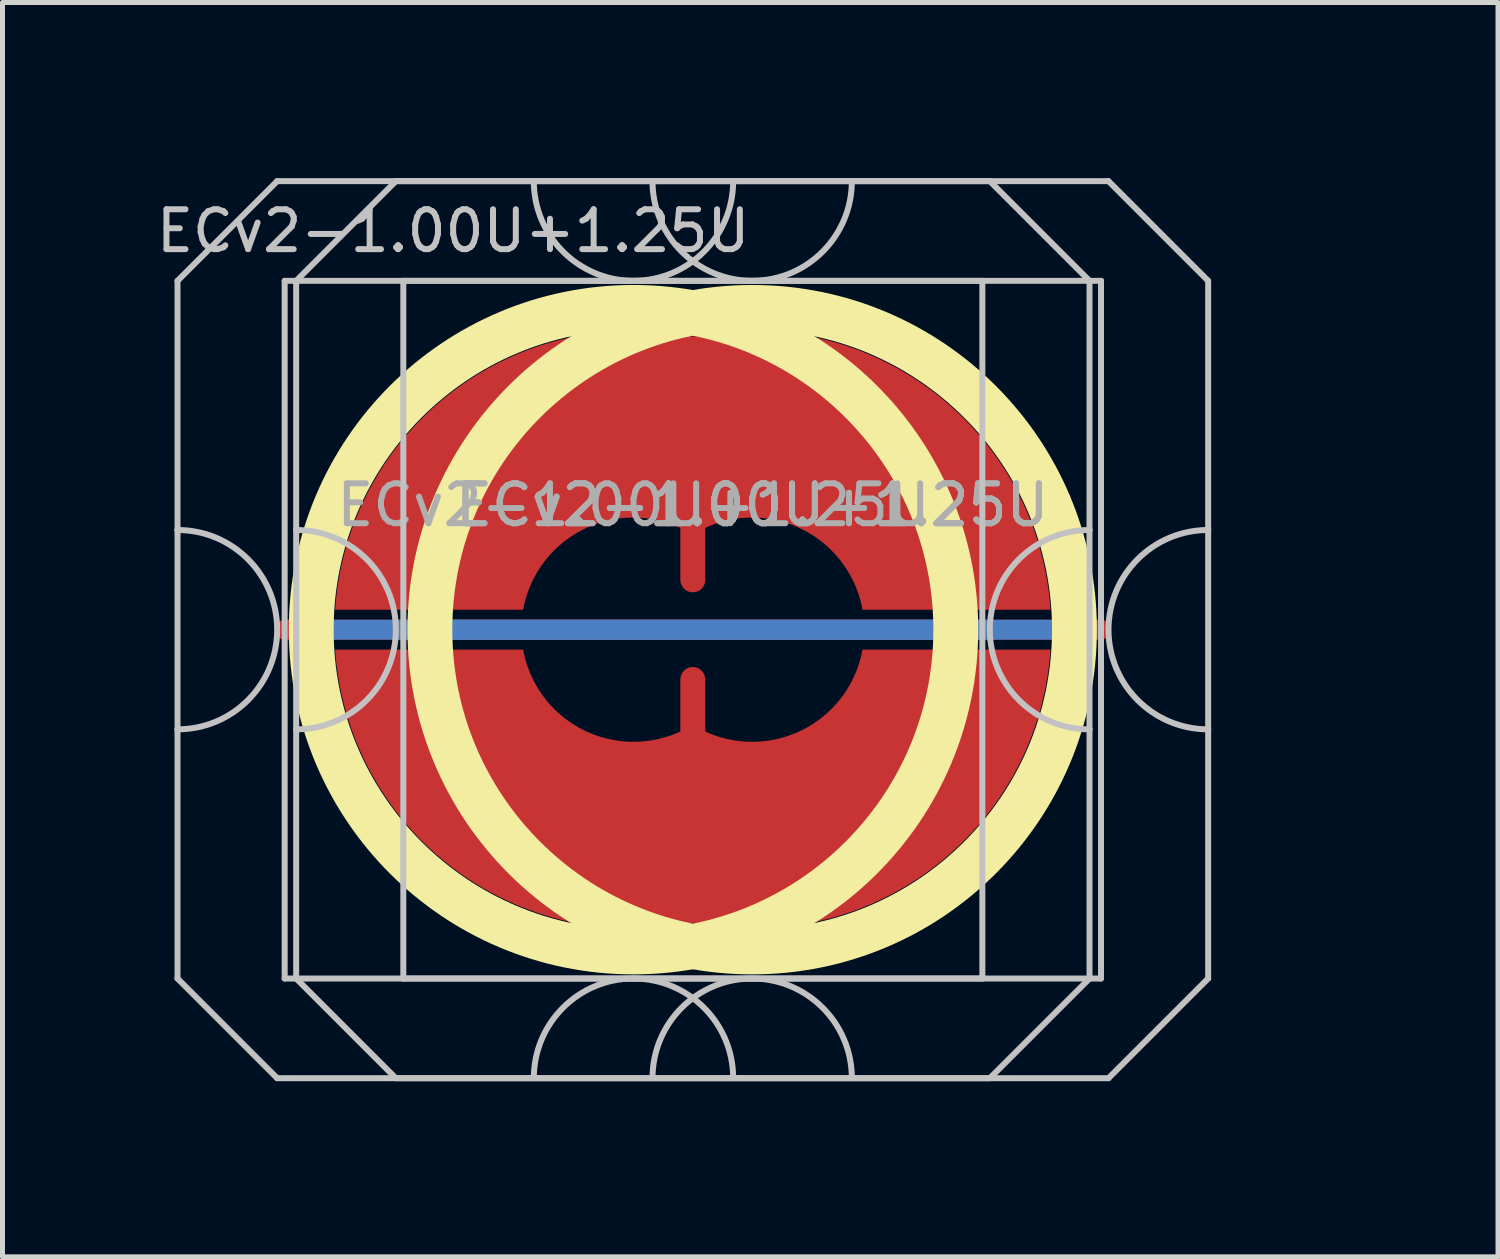
<source format=kicad_pcb>
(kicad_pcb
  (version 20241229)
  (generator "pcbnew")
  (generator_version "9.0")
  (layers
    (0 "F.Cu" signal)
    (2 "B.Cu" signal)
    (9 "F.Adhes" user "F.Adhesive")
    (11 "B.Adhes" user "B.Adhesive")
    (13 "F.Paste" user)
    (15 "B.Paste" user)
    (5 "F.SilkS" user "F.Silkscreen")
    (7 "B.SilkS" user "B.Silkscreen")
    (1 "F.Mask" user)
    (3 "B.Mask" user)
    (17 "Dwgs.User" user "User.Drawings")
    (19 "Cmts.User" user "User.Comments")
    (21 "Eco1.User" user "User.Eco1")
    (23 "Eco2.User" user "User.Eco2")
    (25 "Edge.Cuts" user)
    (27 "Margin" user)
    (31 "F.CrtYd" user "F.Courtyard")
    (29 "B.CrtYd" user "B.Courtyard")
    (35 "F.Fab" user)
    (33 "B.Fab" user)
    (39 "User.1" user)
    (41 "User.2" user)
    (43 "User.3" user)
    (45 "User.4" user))
  (footprint "ECv2-1.00U+1.25U"
    (layer "F.Cu")
    (at 12.043 9.585)
    (property "Reference" "ECv2-1.00U+1.25U" (at -6 -8 0) (layer "Dwgs.User") (effects (font (size 0.8 0.8) (thickness 0.12))))
    (attr smd exclude_from_pos_files exclude_from_bom)
    (fp_circle (center -2.381 0) (end 4.086 0) (stroke (width 0.9) (type solid)) (fill no) (layer "F.SilkS"))
    (fp_circle (center 0 0) (end 6.467 0) (stroke (width 0.9) (type solid)) (fill no) (layer "F.SilkS"))
    (fp_line (start -11.531 -7) (end -11.531 -2) (stroke (width 0.12) (type solid)) (layer "Dwgs.User"))
    (fp_line (start -11.531 -2) (end -11.531 2) (stroke (width 0.12) (type solid)) (layer "Dwgs.User"))
    (fp_line (start -11.531 2) (end -11.531 7) (stroke (width 0.12) (type solid)) (layer "Dwgs.User"))
    (fp_line (start -11.531 7) (end -9.531 9) (stroke (width 0.12) (type solid)) (layer "Dwgs.User"))
    (fp_line (start -9.531 -9) (end -11.531 -7) (stroke (width 0.12) (type solid)) (layer "Dwgs.User"))
    (fp_line (start -9.531 9) (end 4.769 9) (stroke (width 0.12) (type solid)) (layer "Dwgs.User"))
    (fp_line (start -9.381 -7) (end -9.381 7) (stroke (width 0.12) (type solid)) (layer "Dwgs.User"))
    (fp_line (start -9.381 7) (end 4.619 7) (stroke (width 0.12) (type solid)) (layer "Dwgs.User"))
    (fp_line (start -9.15 -7) (end -9.15 -2) (stroke (width 0.12) (type solid)) (layer "Dwgs.User"))
    (fp_line (start -9.15 -2) (end -9.15 2) (stroke (width 0.12) (type solid)) (layer "Dwgs.User"))
    (fp_line (start -9.15 2) (end -9.15 7) (stroke (width 0.12) (type solid)) (layer "Dwgs.User"))
    (fp_line (start -9.15 7) (end -7.15 9) (stroke (width 0.12) (type solid)) (layer "Dwgs.User"))
    (fp_line (start -7.15 -9) (end -9.15 -7) (stroke (width 0.12) (type solid)) (layer "Dwgs.User"))
    (fp_line (start -7.15 9) (end 7.15 9) (stroke (width 0.12) (type solid)) (layer "Dwgs.User"))
    (fp_line (start -7 -7) (end -7 7) (stroke (width 0.12) (type solid)) (layer "Dwgs.User"))
    (fp_line (start -7 7) (end 7 7) (stroke (width 0.12) (type solid)) (layer "Dwgs.User"))
    (fp_line (start 4.619 -7) (end -9.381 -7) (stroke (width 0.12) (type solid)) (layer "Dwgs.User"))
    (fp_line (start 4.619 7) (end 4.619 -7) (stroke (width 0.12) (type solid)) (layer "Dwgs.User"))
    (fp_line (start 4.769 -9) (end -9.531 -9) (stroke (width 0.12) (type solid)) (layer "Dwgs.User"))
    (fp_line (start 4.769 -9) (end 6.769 -7) (stroke (width 0.12) (type solid)) (layer "Dwgs.User"))
    (fp_line (start 4.769 9) (end 6.769 7) (stroke (width 0.12) (type solid)) (layer "Dwgs.User"))
    (fp_line (start 6.769 -2) (end 6.769 -7) (stroke (width 0.12) (type solid)) (layer "Dwgs.User"))
    (fp_line (start 6.769 -2) (end 6.769 2) (stroke (width 0.12) (type solid)) (layer "Dwgs.User"))
    (fp_line (start 6.769 7) (end 6.769 2) (stroke (width 0.12) (type solid)) (layer "Dwgs.User"))
    (fp_line (start 7 -7) (end -7 -7) (stroke (width 0.12) (type solid)) (layer "Dwgs.User"))
    (fp_line (start 7 7) (end 7 -7) (stroke (width 0.12) (type solid)) (layer "Dwgs.User"))
    (fp_line (start 7.15 -9) (end -7.15 -9) (stroke (width 0.12) (type solid)) (layer "Dwgs.User"))
    (fp_line (start 7.15 -9) (end 9.15 -7) (stroke (width 0.12) (type solid)) (layer "Dwgs.User"))
    (fp_line (start 7.15 9) (end 9.15 7) (stroke (width 0.12) (type solid)) (layer "Dwgs.User"))
    (fp_line (start 9.15 -2) (end 9.15 -7) (stroke (width 0.12) (type solid)) (layer "Dwgs.User"))
    (fp_line (start 9.15 -2) (end 9.15 2) (stroke (width 0.12) (type solid)) (layer "Dwgs.User"))
    (fp_line (start 9.15 7) (end 9.15 2) (stroke (width 0.12) (type solid)) (layer "Dwgs.User"))
    (fp_arc (start -11.53125 -2) (mid -9.53125 0) (end -11.53125 2) (stroke (width 0.12) (type solid)) (layer "Dwgs.User"))
    (fp_arc (start -9.15 -2) (mid -7.15 0) (end -9.15 2) (stroke (width 0.12) (type solid)) (layer "Dwgs.User"))
    (fp_arc (start -4.38125 9) (mid -2.38125 7) (end -0.38125 9) (stroke (width 0.12) (type solid)) (layer "Dwgs.User"))
    (fp_arc (start -2 9) (mid 0 7) (end 2 9) (stroke (width 0.12) (type solid)) (layer "Dwgs.User"))
    (fp_arc (start -0.38125 -9) (mid -2.38125 -7) (end -4.38125 -9) (stroke (width 0.12) (type solid)) (layer "Dwgs.User"))
    (fp_arc (start 2 -9) (mid 0 -7) (end -2 -9) (stroke (width 0.12) (type solid)) (layer "Dwgs.User"))
    (fp_arc (start 6.76875 2) (mid 4.76875 0) (end 6.76875 -2) (stroke (width 0.12) (type solid)) (layer "Dwgs.User"))
    (fp_arc (start 9.15 2) (mid 7.15 0) (end 9.15 -2) (stroke (width 0.12) (type solid)) (layer "Dwgs.User"))
    (fp_line (start -11.906 -9.525) (end -11.906 9.525) (stroke (width 0.12) (type solid)) (layer "User.2"))
    (fp_line (start -11.906 -9.525) (end -11.906 9.525) (stroke (width 0.12) (type solid)) (layer "User.2"))
    (fp_line (start -11.906 -9.525) (end 7.144 -9.525) (stroke (width 0.12) (type solid)) (layer "User.2"))
    (fp_line (start -11.906 -9.525) (end 11.906 -9.525) (stroke (width 0.12) (type solid)) (layer "User.2"))
    (fp_line (start -11.906 9.525) (end 7.144 9.525) (stroke (width 0.12) (type solid)) (layer "User.2"))
    (fp_line (start -11.906 9.525) (end 11.906 9.525) (stroke (width 0.12) (type solid)) (layer "User.2"))
    (fp_line (start 7.144 -9.525) (end 7.144 9.525) (stroke (width 0.12) (type solid)) (layer "User.2"))
    (fp_line (start 11.906 -9.525) (end 11.906 9.525) (stroke (width 0.12) (type solid)) (layer "User.2"))
    (fp_text user "${REFERENCE}" (at 0 -2.5 0) (layer "F.Fab") (effects (font (size 0.8 0.8) (thickness 0.12))))
    (fp_text user "${REFERENCE}" (at 0 -2.5 0) (layer "F.Fab") (effects (font (size 0.8 0.8) (thickness 0.12))))
    (fp_text user "${REFERENCE}" (at -2.381 -2.5 0) (layer "F.Fab") (effects (font (size 0.8 0.8) (thickness 0.12))))
    (pad "1" smd custom (at -1.191 -1) (size 0.5 0.5) (layers "F.Cu") (options (anchor circle)) (primitives (gr_poly (pts (arc (start -0.25 0) (mid 0 0.25) (end 0.25 0)) (arc (start 0.25 -1.043947) (mid 2.23039 -0.995341) (end 3.404782 0.6)) (arc (start 7.177275 0.6) (mid 4.832044 -3.768654) (end 0 -4.880681)) (arc (start 0 -4.880681) (mid -4.832043 -3.768653) (end -7.177275 0.6)) (arc (start -3.404781 0.6) (mid -2.230391 -0.995346) (end -0.25 -1.043946))) (width 0) (fill yes))))
    (pad "2" smd custom (at -1.191 1) (size 0.5 0.5) (layers "F.Cu") (options (anchor circle)) (primitives (gr_poly (pts (arc (start 0.25 -0.000003) (mid 0 -0.250003) (end -0.25 -0.000003)) (arc (start -0.25 1.043943) (mid -2.23039 0.995338) (end -3.404782 -0.600003)) (arc (start -7.177274 -0.600003) (mid -4.832043 3.768651) (end 0 4.880678)) (arc (start 0 4.880678) (mid 4.832044 3.768652) (end 7.177275 -0.600003)) (arc (start 3.404783 -0.600003) (mid 2.230391 0.995338) (end 0.25 1.043943))) (width 0) (fill yes))))
    (pad "3" smd custom (at -2.381 0 90) (size 0.4 0.4) (layers "F.Cu") (options (anchor rect)) (primitives (gr_line (start 0 -7) (end 0 7) (width 0.4))))
    (pad "3" smd custom (at -2.381 0 90) (size 0.4 0.4) (layers "B.Cu") (options (anchor rect)) (primitives (gr_line (start 0 -6.5) (end 0 6.5) (width 0.4))))
    (pad "3" smd custom (at 0 0 90) (size 0.4 0.4) (layers "F.Cu") (options (anchor rect)) (primitives (gr_line (start 0 -7) (end 0 7) (width 0.4))))
    (pad "3" smd custom (at 0 0 90) (size 0.4 0.4) (layers "B.Cu") (options (anchor rect)) (primitives (gr_line (start 0 -6.5) (end 0 6.5) (width 0.4))))
    (zone (net_name "") (layer "F.Cu") (hatch edge 0.508) (connect_pads) (min_thickness 0.254) (filled_areas_thickness no) (keepout (tracks allowed) (vias allowed) (pads allowed) (copperpour not_allowed) (footprints allowed)) (placement (enabled no)) (fill) (polygon (pts (xy 16.667 9.585) (xy 16.648 9.072) (xy 16.591 8.562) (xy 16.498 8.057) (xy 16.368 7.56) (xy 16.201 7.075) (xy 16 6.602) (xy 15.764 6.146) (xy 15.496 5.709) (xy 15.197 5.292) (xy 14.867 4.898) (xy 14.51 4.529) (xy 14.127 4.188) (xy 13.719 3.875) (xy 13.29 3.593) (xy 12.842 3.344) (xy 12.376 3.127) (xy 11.896 2.946) (xy 11.404 2.8) (xy 10.902 2.691) (xy 10.394 2.618) (xy 9.882 2.584) (xy 9.368 2.586) (xy 8.856 2.627) (xy 8.349 2.704) (xy 7.849 2.819) (xy 7.358 2.97) (xy 6.88 3.156) (xy 6.416 3.377) (xy 5.97 3.632) (xy 5.544 3.918) (xy 5.14 4.235) (xy 4.761 4.58) (xy 4.407 4.953) (xy 4.082 5.35) (xy 3.787 5.77) (xy 3.523 6.21) (xy 3.292 6.669) (xy 3.096 7.143) (xy 2.935 7.631) (xy 2.81 8.129) (xy 2.722 8.634) (xy 2.671 9.145) (xy 2.657 9.658) (xy 2.681 10.171) (xy 2.743 10.681) (xy 2.842 11.185) (xy 2.977 11.68) (xy 3.149 12.164) (xy 3.355 12.634) (xy 3.595 13.087) (xy 3.868 13.522) (xy 4.172 13.936) (xy 4.505 14.326) (xy 4.866 14.691) (xy 5.253 15.029) (xy 5.664 15.337) (xy 6.096 15.614) (xy 6.547 15.859) (xy 7.015 16.071) (xy 7.497 16.247) (xy 7.991 16.388) (xy 8.493 16.492) (xy 9.002 16.559) (xy 9.515 16.588) (xy 10.028 16.58) (xy 10.54 16.535) (xy 11.046 16.452) (xy 11.545 16.332) (xy 12.034 16.176) (xy 12.511 15.984) (xy 12.972 15.758) (xy 13.415 15.499) (xy 13.838 15.209) (xy 14.239 14.888) (xy 14.615 14.538) (xy 14.964 14.162) (xy 15.285 13.761) (xy 15.576 13.338) (xy 15.835 12.895) (xy 16.061 12.434) (xy 16.252 11.958) (xy 16.408 11.469) (xy 16.528 10.97) (xy 16.611 10.463) (xy 16.657 9.952))))
    (zone (net_name "") (layer "F.Cu") (hatch edge 0.508) (connect_pads) (min_thickness 0.254) (filled_areas_thickness no) (keepout (tracks allowed) (vias allowed) (pads allowed) (copperpour not_allowed) (footprints allowed)) (placement (enabled no)) (fill) (polygon (pts (xy 19.048 9.585) (xy 19.029 9.072) (xy 18.973 8.562) (xy 18.879 8.057) (xy 18.749 7.56) (xy 18.582 7.075) (xy 18.381 6.602) (xy 18.146 6.146) (xy 17.877 5.709) (xy 17.578 5.292) (xy 17.249 4.898) (xy 16.891 4.529) (xy 16.508 4.188) (xy 16.101 3.875) (xy 15.672 3.593) (xy 15.223 3.344) (xy 14.757 3.127) (xy 14.277 2.946) (xy 13.785 2.8) (xy 13.283 2.691) (xy 12.775 2.618) (xy 12.263 2.584) (xy 11.75 2.586) (xy 11.238 2.627) (xy 10.73 2.704) (xy 10.23 2.819) (xy 9.739 2.97) (xy 9.261 3.156) (xy 8.798 3.377) (xy 8.352 3.632) (xy 7.925 3.918) (xy 7.521 4.235) (xy 7.142 4.58) (xy 6.788 4.953) (xy 6.463 5.35) (xy 6.168 5.77) (xy 5.904 6.21) (xy 5.674 6.669) (xy 5.477 7.143) (xy 5.316 7.631) (xy 5.191 8.129) (xy 5.103 8.634) (xy 5.052 9.145) (xy 5.038 9.658) (xy 5.063 10.171) (xy 5.124 10.681) (xy 5.223 11.185) (xy 5.358 11.68) (xy 5.53 12.164) (xy 5.736 12.634) (xy 5.976 13.087) (xy 6.249 13.522) (xy 6.553 13.936) (xy 6.887 14.326) (xy 7.248 14.691) (xy 7.635 15.029) (xy 8.045 15.337) (xy 8.477 15.614) (xy 8.928 15.859) (xy 9.396 16.071) (xy 9.878 16.247) (xy 10.372 16.388) (xy 10.875 16.492) (xy 11.384 16.559) (xy 11.896 16.588) (xy 12.409 16.58) (xy 12.921 16.535) (xy 13.427 16.452) (xy 13.927 16.332) (xy 14.416 16.176) (xy 14.892 15.984) (xy 15.353 15.758) (xy 15.796 15.499) (xy 16.219 15.209) (xy 16.62 14.888) (xy 16.996 14.538) (xy 17.346 14.162) (xy 17.667 13.761) (xy 17.957 13.338) (xy 18.216 12.895) (xy 18.442 12.434) (xy 18.634 11.958) (xy 18.79 11.469) (xy 18.91 10.97) (xy 18.993 10.463) (xy 19.038 9.952))))
    (zone (net_name "") (layer "B.Cu") (hatch edge 0.508) (connect_pads) (min_thickness 0.254) (filled_areas_thickness no) (keepout (tracks allowed) (vias allowed) (pads allowed) (copperpour not_allowed) (footprints allowed)) (placement (enabled no)) (fill) (polygon (pts (xy 16.22 9.585) (xy 16.2 9.07) (xy 16.139 8.559) (xy 16.039 8.054) (xy 15.899 7.558) (xy 15.721 7.075) (xy 15.505 6.608) (xy 15.253 6.158) (xy 14.967 5.73) (xy 14.649 5.326) (xy 14.299 4.948) (xy 13.921 4.598) (xy 13.516 4.279) (xy 13.088 3.993) (xy 12.639 3.742) (xy 12.171 3.526) (xy 11.688 3.348) (xy 11.193 3.208) (xy 10.688 3.107) (xy 10.176 3.047) (xy 9.662 3.027) (xy 9.147 3.047) (xy 8.636 3.107) (xy 8.131 3.208) (xy 7.635 3.348) (xy 7.152 3.526) (xy 6.684 3.742) (xy 6.235 3.993) (xy 5.807 4.279) (xy 5.402 4.598) (xy 5.024 4.948) (xy 4.675 5.326) (xy 4.356 5.73) (xy 4.07 6.158) (xy 3.818 6.608) (xy 3.603 7.075) (xy 3.424 7.558) (xy 3.285 8.054) (xy 3.184 8.559) (xy 3.124 9.07) (xy 3.103 9.585) (xy 3.124 10.1) (xy 3.184 10.611) (xy 3.285 11.116) (xy 3.424 11.612) (xy 3.603 12.095) (xy 3.818 12.562) (xy 4.07 13.012) (xy 4.356 13.44) (xy 4.675 13.844) (xy 5.024 14.222) (xy 5.402 14.572) (xy 5.807 14.891) (xy 6.235 15.177) (xy 6.684 15.428) (xy 7.152 15.644) (xy 7.635 15.822) (xy 8.131 15.962) (xy 8.636 16.063) (xy 9.147 16.123) (xy 9.662 16.143) (xy 10.176 16.123) (xy 10.688 16.063) (xy 11.193 15.962) (xy 11.688 15.822) (xy 12.171 15.644) (xy 12.639 15.428) (xy 13.088 15.177) (xy 13.516 14.891) (xy 13.921 14.572) (xy 14.299 14.222) (xy 14.649 13.844) (xy 14.967 13.44) (xy 15.253 13.012) (xy 15.505 12.562) (xy 15.721 12.095) (xy 15.899 11.612) (xy 16.039 11.116) (xy 16.139 10.611) (xy 16.2 10.1))))
    (zone (net_name "") (layer "B.Cu") (hatch edge 0.508) (connect_pads) (min_thickness 0.254) (filled_areas_thickness no) (keepout (tracks allowed) (vias allowed) (pads allowed) (copperpour not_allowed) (footprints allowed)) (placement (enabled no)) (fill) (polygon (pts (xy 18.601 9.585) (xy 18.581 9.07) (xy 18.52 8.559) (xy 18.42 8.054) (xy 18.28 7.558) (xy 18.102 7.075) (xy 17.886 6.608) (xy 17.635 6.158) (xy 17.349 5.73) (xy 17.03 5.326) (xy 16.68 4.948) (xy 16.302 4.598) (xy 15.898 4.279) (xy 15.47 3.993) (xy 15.02 3.742) (xy 14.553 3.526) (xy 14.069 3.348) (xy 13.574 3.208) (xy 13.069 3.107) (xy 12.557 3.047) (xy 12.043 3.027) (xy 11.528 3.047) (xy 11.017 3.107) (xy 10.512 3.208) (xy 10.016 3.348) (xy 9.533 3.526) (xy 9.065 3.742) (xy 8.616 3.993) (xy 8.188 4.279) (xy 7.784 4.598) (xy 7.405 4.948) (xy 7.056 5.326) (xy 6.737 5.73) (xy 6.451 6.158) (xy 6.199 6.608) (xy 5.984 7.075) (xy 5.806 7.558) (xy 5.666 8.054) (xy 5.565 8.559) (xy 5.505 9.07) (xy 5.485 9.585) (xy 5.505 10.1) (xy 5.565 10.611) (xy 5.666 11.116) (xy 5.806 11.612) (xy 5.984 12.095) (xy 6.199 12.562) (xy 6.451 13.012) (xy 6.737 13.44) (xy 7.056 13.844) (xy 7.405 14.222) (xy 7.784 14.572) (xy 8.188 14.891) (xy 8.616 15.177) (xy 9.065 15.428) (xy 9.533 15.644) (xy 10.016 15.822) (xy 10.512 15.962) (xy 11.017 16.063) (xy 11.528 16.123) (xy 12.043 16.143) (xy 12.557 16.123) (xy 13.069 16.063) (xy 13.574 15.962) (xy 14.069 15.822) (xy 14.553 15.644) (xy 15.02 15.428) (xy 15.47 15.177) (xy 15.898 14.891) (xy 16.302 14.572) (xy 16.68 14.222) (xy 17.03 13.844) (xy 17.349 13.44) (xy 17.635 13.012) (xy 17.886 12.562) (xy 18.102 12.095) (xy 18.28 11.612) (xy 18.42 11.116) (xy 18.52 10.611) (xy 18.581 10.1)))))
  (gr_rect
    (start -3 -3)
    (end 27.009 22.17)
    (stroke (width 0.1) (type default))
    (fill no)
    (layer "Edge.Cuts")))
</source>
